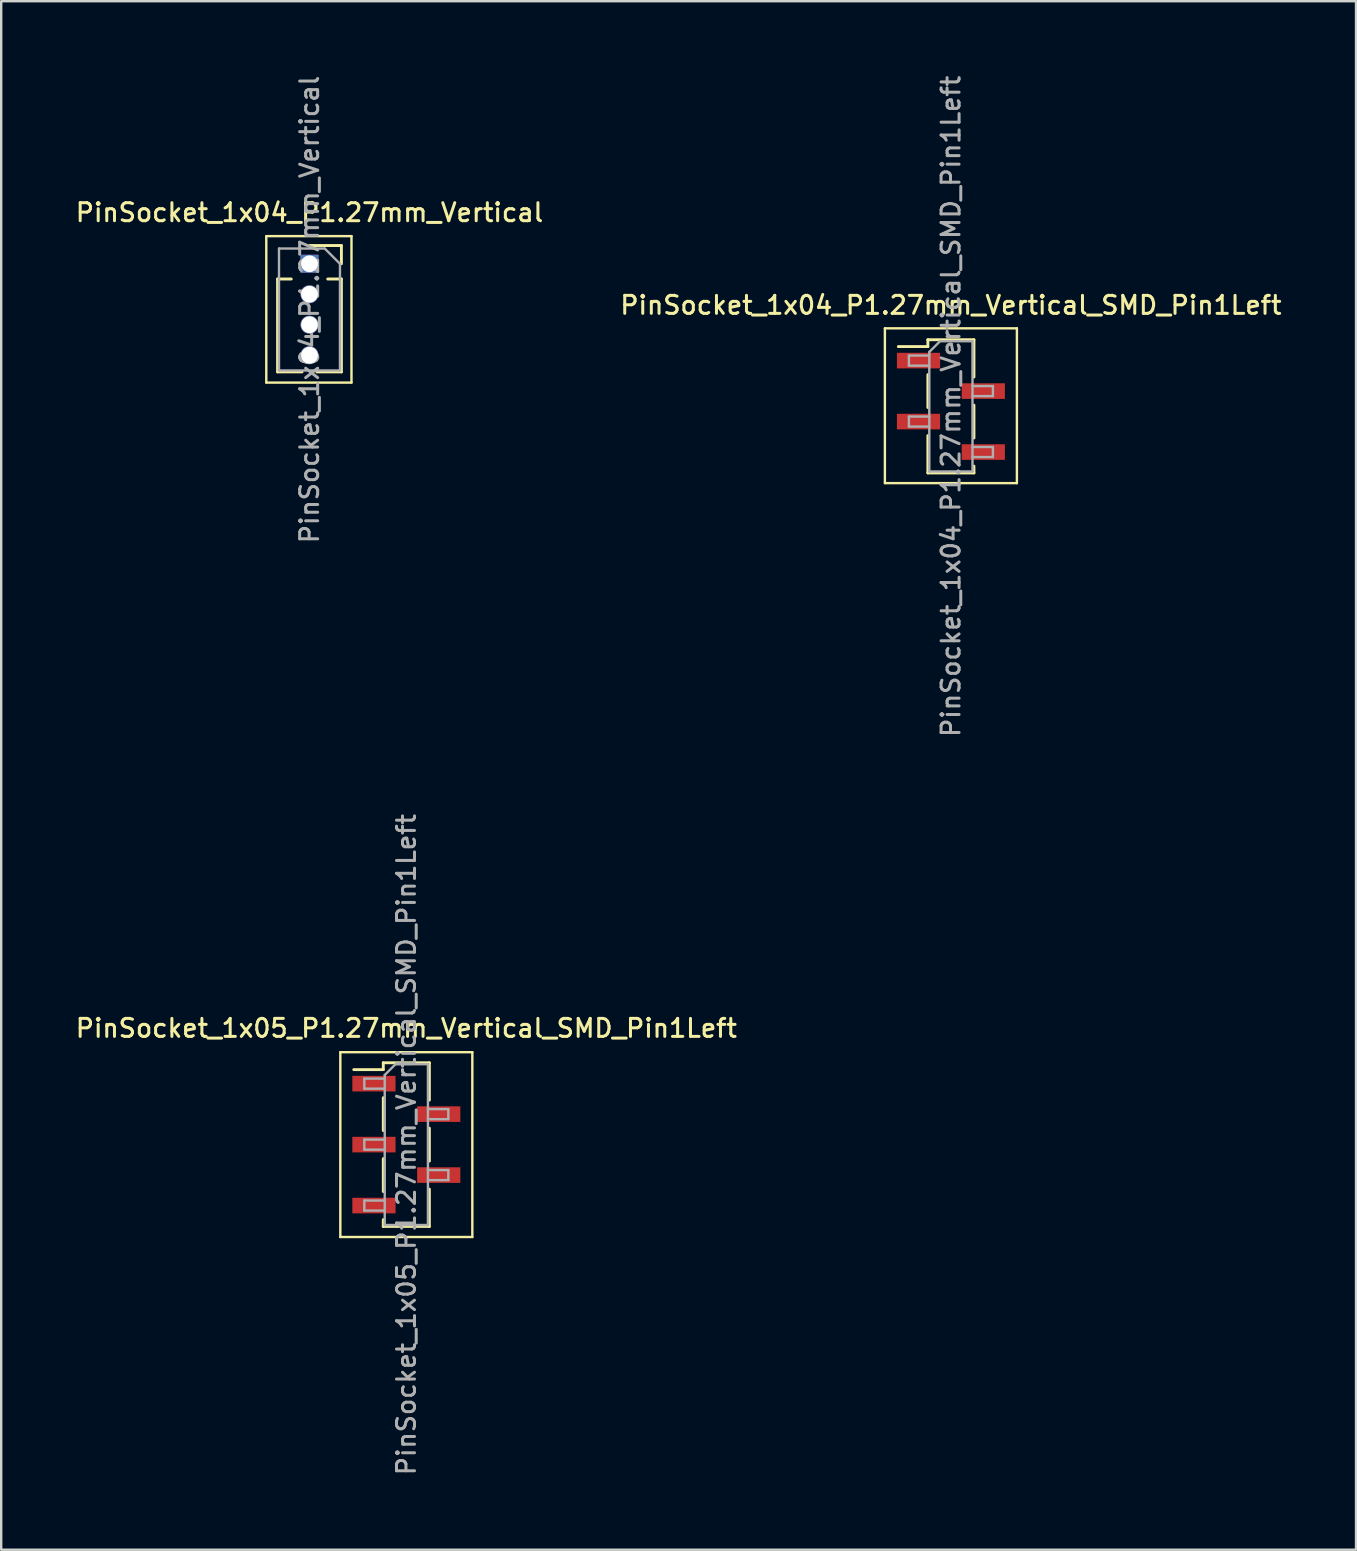
<source format=kicad_pcb>
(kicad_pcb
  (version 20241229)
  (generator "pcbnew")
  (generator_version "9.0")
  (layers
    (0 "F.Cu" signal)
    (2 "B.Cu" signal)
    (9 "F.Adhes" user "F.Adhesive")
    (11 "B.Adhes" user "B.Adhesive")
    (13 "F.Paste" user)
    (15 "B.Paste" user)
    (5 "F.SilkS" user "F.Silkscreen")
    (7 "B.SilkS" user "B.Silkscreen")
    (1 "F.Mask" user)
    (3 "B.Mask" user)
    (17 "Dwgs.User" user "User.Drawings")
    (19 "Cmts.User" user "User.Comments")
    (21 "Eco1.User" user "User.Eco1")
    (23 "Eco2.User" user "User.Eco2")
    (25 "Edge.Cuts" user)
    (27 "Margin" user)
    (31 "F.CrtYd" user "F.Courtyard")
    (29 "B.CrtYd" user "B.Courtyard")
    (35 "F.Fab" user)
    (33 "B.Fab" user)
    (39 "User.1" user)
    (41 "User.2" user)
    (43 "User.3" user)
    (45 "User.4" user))
  (footprint "PinSocket_1x04_P1.27mm_Vertical"
    (layer "F.Cu")
    (at 9.845 7.94)
    (property "Reference" "PinSocket_1x04_P1.27mm_Vertical" (at 0 -2.135 0) (layer "F.SilkS") (effects (font (size 0.75 0.75) (thickness 0.125))))
    (attr through_hole)
    (fp_line (start -1.8 -1.15) (end 1.75 -1.15) (stroke (width 0.1) (type solid)) (layer "F.SilkS"))
    (fp_line (start -1.8 4.95) (end -1.8 -1.15) (stroke (width 0.1) (type solid)) (layer "F.SilkS"))
    (fp_line (start -1.33 0.635) (end -1.33 4.505) (stroke (width 0.12) (type solid)) (layer "F.SilkS"))
    (fp_line (start -1.33 0.635) (end -0.76 0.635) (stroke (width 0.12) (type solid)) (layer "F.SilkS"))
    (fp_line (start -1.33 4.505) (end -0.308 4.505) (stroke (width 0.12) (type solid)) (layer "F.SilkS"))
    (fp_line (start 0 -0.76) (end 1.33 -0.76) (stroke (width 0.12) (type solid)) (layer "F.SilkS"))
    (fp_line (start 0.308 4.505) (end 1.33 4.505) (stroke (width 0.12) (type solid)) (layer "F.SilkS"))
    (fp_line (start 0.76 0.635) (end 1.33 0.635) (stroke (width 0.12) (type solid)) (layer "F.SilkS"))
    (fp_line (start 1.33 -0.76) (end 1.33 0) (stroke (width 0.12) (type solid)) (layer "F.SilkS"))
    (fp_line (start 1.33 0.635) (end 1.33 4.505) (stroke (width 0.12) (type solid)) (layer "F.SilkS"))
    (fp_line (start 1.75 -1.15) (end 1.75 4.95) (stroke (width 0.1) (type solid)) (layer "F.SilkS"))
    (fp_line (start 1.75 4.95) (end -1.8 4.95) (stroke (width 0.1) (type solid)) (layer "F.SilkS"))
    (fp_line (start -1.27 -0.635) (end 0.635 -0.635) (stroke (width 0.1) (type solid)) (layer "F.Fab"))
    (fp_line (start -1.27 4.445) (end -1.27 -0.635) (stroke (width 0.1) (type solid)) (layer "F.Fab"))
    (fp_line (start 0.635 -0.635) (end 1.27 0) (stroke (width 0.1) (type solid)) (layer "F.Fab"))
    (fp_line (start 1.27 0) (end 1.27 4.445) (stroke (width 0.1) (type solid)) (layer "F.Fab"))
    (fp_line (start 1.27 4.445) (end -1.27 4.445) (stroke (width 0.1) (type solid)) (layer "F.Fab"))
    (fp_text user "${REFERENCE}" (at 0 1.905 90) (layer "F.Fab") (effects (font (size 0.75 0.75) (thickness 0.125))))
    (pad "1" thru_hole rect (at 0 0) (size 0.75 0.75) (drill 0.7) (layers "*.Cu" "*.Mask"))
    (pad "2" thru_hole oval (at 0 1.27) (size 0.75 0.75) (drill 0.7) (layers "*.Cu" "*.Mask"))
    (pad "3" thru_hole oval (at 0 2.54) (size 0.75 0.75) (drill 0.7) (layers "*.Cu" "*.Mask"))
    (pad "4" thru_hole oval (at 0 3.81) (size 0.75 0.75) (drill 0.7) (layers "*.Cu" "*.Mask")))
  (footprint "PinSocket_1x05_P1.27mm_Vertical_SMD_Pin1Left"
    (layer "F.Cu")
    (at 13.88 44.641)
    (property "Reference" "PinSocket_1x05_P1.27mm_Vertical_SMD_Pin1Left" (at 0 -4.85 0) (layer "F.SilkS") (effects (font (size 0.75 0.75) (thickness 0.125))))
    (attr smd)
    (fp_line (start -2.75 -3.85) (end 2.75 -3.85) (stroke (width 0.1) (type solid)) (layer "F.SilkS"))
    (fp_line (start -2.75 3.85) (end -2.75 -3.85) (stroke (width 0.1) (type solid)) (layer "F.SilkS"))
    (fp_line (start -2.19 -3.125) (end -0.96 -3.125) (stroke (width 0.12) (type solid)) (layer "F.SilkS"))
    (fp_line (start -0.96 -3.41) (end -0.96 -3.125) (stroke (width 0.12) (type solid)) (layer "F.SilkS"))
    (fp_line (start -0.96 -3.41) (end 0.96 -3.41) (stroke (width 0.12) (type solid)) (layer "F.SilkS"))
    (fp_line (start -0.96 -1.955) (end -0.96 -0.585) (stroke (width 0.12) (type solid)) (layer "F.SilkS"))
    (fp_line (start -0.96 0.585) (end -0.96 1.955) (stroke (width 0.12) (type solid)) (layer "F.SilkS"))
    (fp_line (start -0.96 3.125) (end -0.96 3.41) (stroke (width 0.12) (type solid)) (layer "F.SilkS"))
    (fp_line (start -0.96 3.41) (end 0.96 3.41) (stroke (width 0.12) (type solid)) (layer "F.SilkS"))
    (fp_line (start 0.96 -3.41) (end 0.96 -1.855) (stroke (width 0.12) (type solid)) (layer "F.SilkS"))
    (fp_line (start 0.96 -0.685) (end 0.96 0.685) (stroke (width 0.12) (type solid)) (layer "F.SilkS"))
    (fp_line (start 0.96 1.855) (end 0.96 3.41) (stroke (width 0.12) (type solid)) (layer "F.SilkS"))
    (fp_line (start 2.75 -3.85) (end 2.75 3.85) (stroke (width 0.1) (type solid)) (layer "F.SilkS"))
    (fp_line (start 2.75 3.85) (end -2.75 3.85) (stroke (width 0.1) (type solid)) (layer "F.SilkS"))
    (fp_line (start -1.75 -2.75) (end -0.9 -2.75) (stroke (width 0.1) (type solid)) (layer "F.Fab"))
    (fp_line (start -1.75 -2.33) (end -1.75 -2.75) (stroke (width 0.1) (type solid)) (layer "F.Fab"))
    (fp_line (start -1.75 -0.21) (end -0.9 -0.21) (stroke (width 0.1) (type solid)) (layer "F.Fab"))
    (fp_line (start -1.75 0.21) (end -1.75 -0.21) (stroke (width 0.1) (type solid)) (layer "F.Fab"))
    (fp_line (start -1.75 2.33) (end -0.9 2.33) (stroke (width 0.1) (type solid)) (layer "F.Fab"))
    (fp_line (start -1.75 2.75) (end -1.75 2.33) (stroke (width 0.1) (type solid)) (layer "F.Fab"))
    (fp_line (start -0.9 -2.9) (end -0.45 -3.35) (stroke (width 0.1) (type solid)) (layer "F.Fab"))
    (fp_line (start -0.9 -2.33) (end -1.75 -2.33) (stroke (width 0.1) (type solid)) (layer "F.Fab"))
    (fp_line (start -0.9 0.21) (end -1.75 0.21) (stroke (width 0.1) (type solid)) (layer "F.Fab"))
    (fp_line (start -0.9 2.75) (end -1.75 2.75) (stroke (width 0.1) (type solid)) (layer "F.Fab"))
    (fp_line (start -0.9 3.35) (end -0.9 -2.9) (stroke (width 0.1) (type solid)) (layer "F.Fab"))
    (fp_line (start -0.45 -3.35) (end 0.9 -3.35) (stroke (width 0.1) (type solid)) (layer "F.Fab"))
    (fp_line (start 0.9 -3.35) (end 0.9 3.35) (stroke (width 0.1) (type solid)) (layer "F.Fab"))
    (fp_line (start 0.9 -1.48) (end 1.75 -1.48) (stroke (width 0.1) (type solid)) (layer "F.Fab"))
    (fp_line (start 0.9 1.06) (end 1.75 1.06) (stroke (width 0.1) (type solid)) (layer "F.Fab"))
    (fp_line (start 0.9 3.35) (end -0.9 3.35) (stroke (width 0.1) (type solid)) (layer "F.Fab"))
    (fp_line (start 1.75 -1.48) (end 1.75 -1.06) (stroke (width 0.1) (type solid)) (layer "F.Fab"))
    (fp_line (start 1.75 -1.06) (end 0.9 -1.06) (stroke (width 0.1) (type solid)) (layer "F.Fab"))
    (fp_line (start 1.75 1.06) (end 1.75 1.48) (stroke (width 0.1) (type solid)) (layer "F.Fab"))
    (fp_line (start 1.75 1.48) (end 0.9 1.48) (stroke (width 0.1) (type solid)) (layer "F.Fab"))
    (fp_text user "${REFERENCE}" (at 0 0 90) (layer "F.Fab") (effects (font (size 0.75 0.75) (thickness 0.125))))
    (pad "1" smd rect (at -1.35 -2.54) (size 1.8 0.65) (layers "F.Cu" "F.Mask" "F.Paste"))
    (pad "2" smd rect (at 1.35 -1.27) (size 1.8 0.65) (layers "F.Cu" "F.Mask" "F.Paste"))
    (pad "3" smd rect (at -1.35 0) (size 1.8 0.65) (layers "F.Cu" "F.Mask" "F.Paste"))
    (pad "4" smd rect (at 1.35 1.27) (size 1.8 0.65) (layers "F.Cu" "F.Mask" "F.Paste"))
    (pad "5" smd rect (at -1.35 2.54) (size 1.8 0.65) (layers "F.Cu" "F.Mask" "F.Paste")))
  (footprint "PinSocket_1x04_P1.27mm_Vertical_SMD_Pin1Left"
    (layer "F.Cu")
    (at 36.57 13.88)
    (property "Reference" "PinSocket_1x04_P1.27mm_Vertical_SMD_Pin1Left" (at 0 -4.215 0) (layer "F.SilkS") (effects (font (size 0.75 0.75) (thickness 0.125))))
    (attr smd)
    (fp_line (start -2.75 -3.25) (end 2.75 -3.25) (stroke (width 0.1) (type solid)) (layer "F.SilkS"))
    (fp_line (start -2.75 3.2) (end -2.75 -3.25) (stroke (width 0.1) (type solid)) (layer "F.SilkS"))
    (fp_line (start -2.19 -2.49) (end -0.96 -2.49) (stroke (width 0.12) (type solid)) (layer "F.SilkS"))
    (fp_line (start -0.96 -2.775) (end -0.96 -2.49) (stroke (width 0.12) (type solid)) (layer "F.SilkS"))
    (fp_line (start -0.96 -2.775) (end 0.96 -2.775) (stroke (width 0.12) (type solid)) (layer "F.SilkS"))
    (fp_line (start -0.96 -1.32) (end -0.96 0.05) (stroke (width 0.12) (type solid)) (layer "F.SilkS"))
    (fp_line (start -0.96 1.22) (end -0.96 2.775) (stroke (width 0.12) (type solid)) (layer "F.SilkS"))
    (fp_line (start -0.96 2.775) (end 0.96 2.775) (stroke (width 0.12) (type solid)) (layer "F.SilkS"))
    (fp_line (start 0.96 -2.775) (end 0.96 -1.22) (stroke (width 0.12) (type solid)) (layer "F.SilkS"))
    (fp_line (start 0.96 -0.05) (end 0.96 1.32) (stroke (width 0.12) (type solid)) (layer "F.SilkS"))
    (fp_line (start 0.96 2.49) (end 0.96 2.775) (stroke (width 0.12) (type solid)) (layer "F.SilkS"))
    (fp_line (start 2.75 -3.25) (end 2.75 3.2) (stroke (width 0.1) (type solid)) (layer "F.SilkS"))
    (fp_line (start 2.75 3.2) (end -2.75 3.2) (stroke (width 0.1) (type solid)) (layer "F.SilkS"))
    (fp_line (start -1.75 -2.115) (end -0.9 -2.115) (stroke (width 0.1) (type solid)) (layer "F.Fab"))
    (fp_line (start -1.75 -1.695) (end -1.75 -2.115) (stroke (width 0.1) (type solid)) (layer "F.Fab"))
    (fp_line (start -1.75 0.425) (end -0.9 0.425) (stroke (width 0.1) (type solid)) (layer "F.Fab"))
    (fp_line (start -1.75 0.845) (end -1.75 0.425) (stroke (width 0.1) (type solid)) (layer "F.Fab"))
    (fp_line (start -0.9 -2.265) (end -0.45 -2.715) (stroke (width 0.1) (type solid)) (layer "F.Fab"))
    (fp_line (start -0.9 -1.695) (end -1.75 -1.695) (stroke (width 0.1) (type solid)) (layer "F.Fab"))
    (fp_line (start -0.9 0.845) (end -1.75 0.845) (stroke (width 0.1) (type solid)) (layer "F.Fab"))
    (fp_line (start -0.9 2.715) (end -0.9 -2.265) (stroke (width 0.1) (type solid)) (layer "F.Fab"))
    (fp_line (start -0.45 -2.715) (end 0.9 -2.715) (stroke (width 0.1) (type solid)) (layer "F.Fab"))
    (fp_line (start 0.9 -2.715) (end 0.9 2.715) (stroke (width 0.1) (type solid)) (layer "F.Fab"))
    (fp_line (start 0.9 -0.845) (end 1.75 -0.845) (stroke (width 0.1) (type solid)) (layer "F.Fab"))
    (fp_line (start 0.9 1.695) (end 1.75 1.695) (stroke (width 0.1) (type solid)) (layer "F.Fab"))
    (fp_line (start 0.9 2.715) (end -0.9 2.715) (stroke (width 0.1) (type solid)) (layer "F.Fab"))
    (fp_line (start 1.75 -0.845) (end 1.75 -0.425) (stroke (width 0.1) (type solid)) (layer "F.Fab"))
    (fp_line (start 1.75 -0.425) (end 0.9 -0.425) (stroke (width 0.1) (type solid)) (layer "F.Fab"))
    (fp_line (start 1.75 1.695) (end 1.75 2.115) (stroke (width 0.1) (type solid)) (layer "F.Fab"))
    (fp_line (start 1.75 2.115) (end 0.9 2.115) (stroke (width 0.1) (type solid)) (layer "F.Fab"))
    (fp_text user "${REFERENCE}" (at 0 0 90) (layer "F.Fab") (effects (font (size 0.75 0.75) (thickness 0.125))))
    (pad "1" smd rect (at -1.35 -1.905) (size 1.8 0.65) (layers "F.Cu" "F.Mask" "F.Paste"))
    (pad "2" smd rect (at 1.35 -0.635) (size 1.8 0.65) (layers "F.Cu" "F.Mask" "F.Paste"))
    (pad "3" smd rect (at -1.35 0.635) (size 1.8 0.65) (layers "F.Cu" "F.Mask" "F.Paste"))
    (pad "4" smd rect (at 1.35 1.905) (size 1.8 0.65) (layers "F.Cu" "F.Mask" "F.Paste")))
  (gr_rect
    (start -3 -3)
    (end 53.45 61.521)
    (stroke (width 0.1) (type default))
    (fill no)
    (layer "Edge.Cuts")))
</source>
